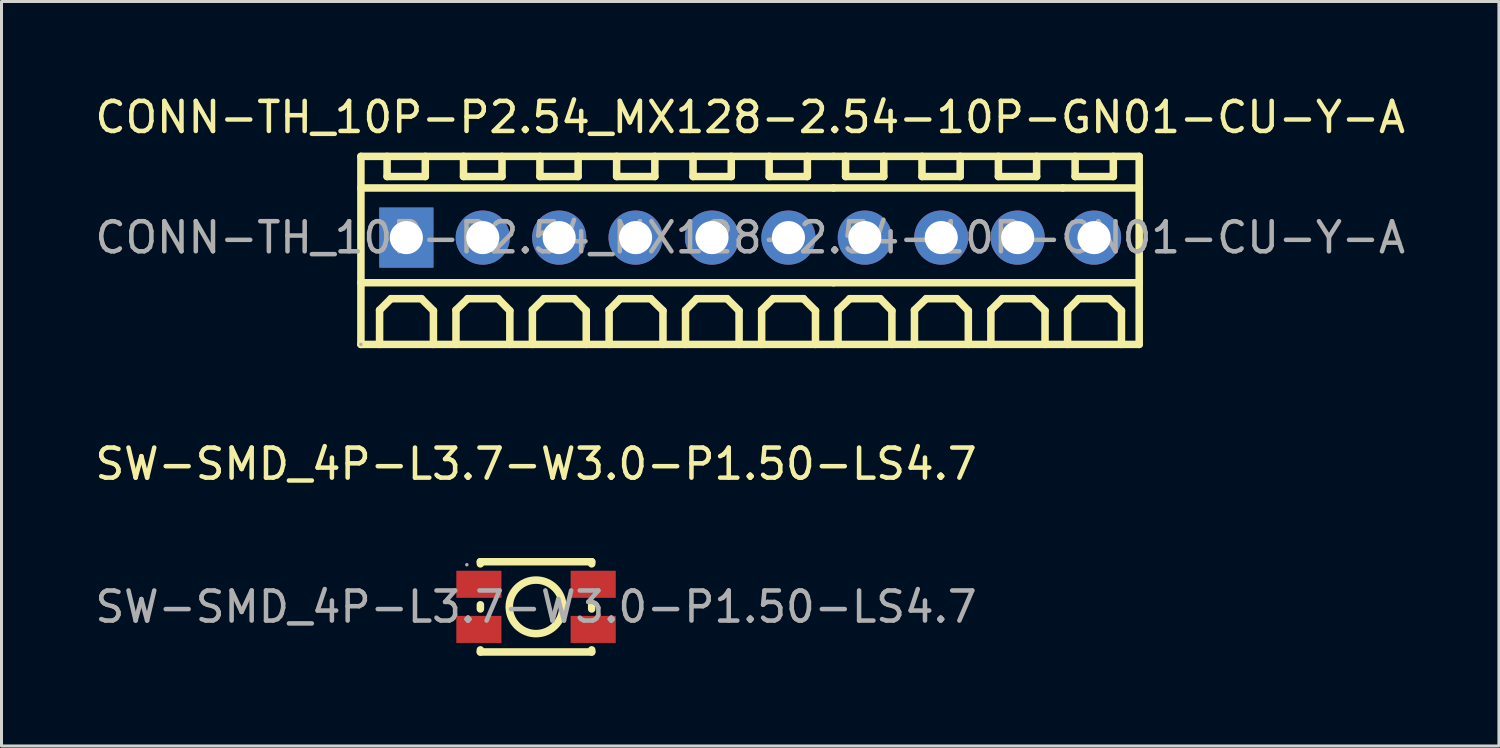
<source format=kicad_pcb>
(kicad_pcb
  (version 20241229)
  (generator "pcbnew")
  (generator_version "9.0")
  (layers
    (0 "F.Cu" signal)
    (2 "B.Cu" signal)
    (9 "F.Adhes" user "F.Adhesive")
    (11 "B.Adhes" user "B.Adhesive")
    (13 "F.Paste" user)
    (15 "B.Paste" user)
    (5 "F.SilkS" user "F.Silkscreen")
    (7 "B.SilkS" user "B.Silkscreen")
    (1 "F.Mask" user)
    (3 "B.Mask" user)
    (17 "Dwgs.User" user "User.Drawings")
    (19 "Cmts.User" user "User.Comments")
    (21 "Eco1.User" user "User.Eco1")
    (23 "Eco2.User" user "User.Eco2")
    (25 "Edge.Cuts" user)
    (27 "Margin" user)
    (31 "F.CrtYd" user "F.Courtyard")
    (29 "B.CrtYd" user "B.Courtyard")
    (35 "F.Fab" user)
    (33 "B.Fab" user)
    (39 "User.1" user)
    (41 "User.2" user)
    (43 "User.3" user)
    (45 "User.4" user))
  (footprint "CONN-TH_10P-P2.54_MX128-2.54-10P-GN01-CU-Y-A"
    (layer "F.Cu")
    (at 21.887 4.848)
    (property "Reference" "CONN-TH_10P-P2.54_MX128-2.54-10P-GN01-CU-Y-A" (at 0 -4 0) (layer "F.SilkS") (effects (font (size 1 1) (thickness 0.15))))
    (attr through_hole)
    (fp_line (start -12.94 -2.7) (end -12.94 3.55) (stroke (width 0.25) (type solid)) (layer "F.SilkS"))
    (fp_line (start -12.94 -2.7) (end 2.77 -2.7) (stroke (width 0.25) (type solid)) (layer "F.SilkS"))
    (fp_line (start -12.94 -1.65) (end 2.77 -1.65) (stroke (width 0.25) (type solid)) (layer "F.SilkS"))
    (fp_line (start -12.94 1.5) (end 2.77 1.5) (stroke (width 0.25) (type solid)) (layer "F.SilkS"))
    (fp_line (start -12.94 3.55) (end 2.77 3.55) (stroke (width 0.25) (type solid)) (layer "F.SilkS"))
    (fp_line (start -12.32 2.41) (end -11.94 2.03) (stroke (width 0.25) (type solid)) (layer "F.SilkS"))
    (fp_line (start -12.32 3.55) (end -12.32 2.41) (stroke (width 0.25) (type solid)) (layer "F.SilkS"))
    (fp_line (start -12.07 -2.7) (end -12.07 -2.03) (stroke (width 0.25) (type solid)) (layer "F.SilkS"))
    (fp_line (start -12.07 -2.03) (end -10.8 -2.03) (stroke (width 0.25) (type solid)) (layer "F.SilkS"))
    (fp_line (start -11.94 2.03) (end -10.93 2.03) (stroke (width 0.25) (type solid)) (layer "F.SilkS"))
    (fp_line (start -10.93 2.03) (end -10.53 2.43) (stroke (width 0.25) (type solid)) (layer "F.SilkS"))
    (fp_line (start -10.8 -2.03) (end -10.8 -2.7) (stroke (width 0.25) (type solid)) (layer "F.SilkS"))
    (fp_line (start -10.53 2.43) (end -10.53 3.55) (stroke (width 0.25) (type solid)) (layer "F.SilkS"))
    (fp_line (start -9.78 2.41) (end -9.39 2.03) (stroke (width 0.25) (type solid)) (layer "F.SilkS"))
    (fp_line (start -9.78 3.55) (end -9.78 2.41) (stroke (width 0.25) (type solid)) (layer "F.SilkS"))
    (fp_line (start -9.53 -2.7) (end -9.53 -2.03) (stroke (width 0.25) (type solid)) (layer "F.SilkS"))
    (fp_line (start -9.53 -2.03) (end -8.25 -2.03) (stroke (width 0.25) (type solid)) (layer "F.SilkS"))
    (fp_line (start -9.39 2.03) (end -8.38 2.03) (stroke (width 0.25) (type solid)) (layer "F.SilkS"))
    (fp_line (start -8.38 2.03) (end -7.99 2.43) (stroke (width 0.25) (type solid)) (layer "F.SilkS"))
    (fp_line (start -8.25 -2.03) (end -8.25 -2.7) (stroke (width 0.25) (type solid)) (layer "F.SilkS"))
    (fp_line (start -7.99 2.43) (end -7.99 3.55) (stroke (width 0.25) (type solid)) (layer "F.SilkS"))
    (fp_line (start -7.24 2.41) (end -6.86 2.03) (stroke (width 0.25) (type solid)) (layer "F.SilkS"))
    (fp_line (start -7.24 3.55) (end -7.24 2.41) (stroke (width 0.25) (type solid)) (layer "F.SilkS"))
    (fp_line (start -6.99 -2.7) (end -6.99 -2.03) (stroke (width 0.25) (type solid)) (layer "F.SilkS"))
    (fp_line (start -6.99 -2.03) (end -5.72 -2.03) (stroke (width 0.25) (type solid)) (layer "F.SilkS"))
    (fp_line (start -6.86 2.03) (end -5.85 2.03) (stroke (width 0.25) (type solid)) (layer "F.SilkS"))
    (fp_line (start -5.85 2.03) (end -5.45 2.43) (stroke (width 0.25) (type solid)) (layer "F.SilkS"))
    (fp_line (start -5.72 -2.03) (end -5.72 -2.7) (stroke (width 0.25) (type solid)) (layer "F.SilkS"))
    (fp_line (start -5.45 2.43) (end -5.45 3.55) (stroke (width 0.25) (type solid)) (layer "F.SilkS"))
    (fp_line (start -4.69 2.41) (end -4.32 2.03) (stroke (width 0.25) (type solid)) (layer "F.SilkS"))
    (fp_line (start -4.69 3.55) (end -4.69 2.41) (stroke (width 0.25) (type solid)) (layer "F.SilkS"))
    (fp_line (start -4.44 -2.7) (end -4.44 -2.03) (stroke (width 0.25) (type solid)) (layer "F.SilkS"))
    (fp_line (start -4.44 -2.03) (end -3.17 -2.03) (stroke (width 0.25) (type solid)) (layer "F.SilkS"))
    (fp_line (start -4.32 2.03) (end -3.31 2.03) (stroke (width 0.25) (type solid)) (layer "F.SilkS"))
    (fp_line (start -3.31 2.03) (end -2.9 2.43) (stroke (width 0.25) (type solid)) (layer "F.SilkS"))
    (fp_line (start -3.17 -2.03) (end -3.17 -2.7) (stroke (width 0.25) (type solid)) (layer "F.SilkS"))
    (fp_line (start -2.9 2.43) (end -2.9 3.55) (stroke (width 0.25) (type solid)) (layer "F.SilkS"))
    (fp_line (start -2.15 2.41) (end -1.78 2.03) (stroke (width 0.25) (type solid)) (layer "F.SilkS"))
    (fp_line (start -2.15 3.55) (end -2.15 2.41) (stroke (width 0.25) (type solid)) (layer "F.SilkS"))
    (fp_line (start -1.9 -2.7) (end -1.9 -2.03) (stroke (width 0.25) (type solid)) (layer "F.SilkS"))
    (fp_line (start -1.9 -2.03) (end -0.63 -2.03) (stroke (width 0.25) (type solid)) (layer "F.SilkS"))
    (fp_line (start -1.78 2.03) (end -0.77 2.03) (stroke (width 0.25) (type solid)) (layer "F.SilkS"))
    (fp_line (start -0.77 2.03) (end -0.37 2.43) (stroke (width 0.25) (type solid)) (layer "F.SilkS"))
    (fp_line (start -0.63 -2.03) (end -0.63 -2.7) (stroke (width 0.25) (type solid)) (layer "F.SilkS"))
    (fp_line (start -0.37 2.43) (end -0.37 3.55) (stroke (width 0.25) (type solid)) (layer "F.SilkS"))
    (fp_line (start 0.38 2.41) (end 0.76 2.03) (stroke (width 0.25) (type solid)) (layer "F.SilkS"))
    (fp_line (start 0.38 3.55) (end 0.38 2.41) (stroke (width 0.25) (type solid)) (layer "F.SilkS"))
    (fp_line (start 0.63 -2.7) (end 0.63 -2.03) (stroke (width 0.25) (type solid)) (layer "F.SilkS"))
    (fp_line (start 0.63 -2.03) (end 1.9 -2.03) (stroke (width 0.25) (type solid)) (layer "F.SilkS"))
    (fp_line (start 0.76 2.03) (end 1.77 2.03) (stroke (width 0.25) (type solid)) (layer "F.SilkS"))
    (fp_line (start 1.77 2.03) (end 2.17 2.43) (stroke (width 0.25) (type solid)) (layer "F.SilkS"))
    (fp_line (start 1.9 -2.03) (end 1.9 -2.7) (stroke (width 0.25) (type solid)) (layer "F.SilkS"))
    (fp_line (start 2.17 2.43) (end 2.17 3.55) (stroke (width 0.25) (type solid)) (layer "F.SilkS"))
    (fp_line (start 2.77 -2.7) (end 12.93 -2.7) (stroke (width 0.25) (type solid)) (layer "F.SilkS"))
    (fp_line (start 2.77 -1.65) (end 10.39 -1.65) (stroke (width 0.25) (type solid)) (layer "F.SilkS"))
    (fp_line (start 2.77 1.5) (end 12.93 1.5) (stroke (width 0.25) (type solid)) (layer "F.SilkS"))
    (fp_line (start 2.77 3.55) (end 12.93 3.55) (stroke (width 0.25) (type solid)) (layer "F.SilkS"))
    (fp_line (start 2.92 2.41) (end 3.31 2.03) (stroke (width 0.25) (type solid)) (layer "F.SilkS"))
    (fp_line (start 2.92 3.55) (end 2.92 2.41) (stroke (width 0.25) (type solid)) (layer "F.SilkS"))
    (fp_line (start 3.17 -2.7) (end 3.17 -2.03) (stroke (width 0.25) (type solid)) (layer "F.SilkS"))
    (fp_line (start 3.17 -2.03) (end 4.44 -2.03) (stroke (width 0.25) (type solid)) (layer "F.SilkS"))
    (fp_line (start 3.31 2.03) (end 4.32 2.03) (stroke (width 0.25) (type solid)) (layer "F.SilkS"))
    (fp_line (start 4.32 2.03) (end 4.71 2.43) (stroke (width 0.25) (type solid)) (layer "F.SilkS"))
    (fp_line (start 4.44 -2.03) (end 4.44 -2.7) (stroke (width 0.25) (type solid)) (layer "F.SilkS"))
    (fp_line (start 4.71 2.43) (end 4.71 3.55) (stroke (width 0.25) (type solid)) (layer "F.SilkS"))
    (fp_line (start 5.46 2.41) (end 5.85 2.03) (stroke (width 0.25) (type solid)) (layer "F.SilkS"))
    (fp_line (start 5.46 3.55) (end 5.46 2.41) (stroke (width 0.25) (type solid)) (layer "F.SilkS"))
    (fp_line (start 5.71 -2.7) (end 5.71 -2.03) (stroke (width 0.25) (type solid)) (layer "F.SilkS"))
    (fp_line (start 5.71 -2.03) (end 6.98 -2.03) (stroke (width 0.25) (type solid)) (layer "F.SilkS"))
    (fp_line (start 5.85 2.03) (end 6.86 2.03) (stroke (width 0.25) (type solid)) (layer "F.SilkS"))
    (fp_line (start 6.86 2.03) (end 7.25 2.43) (stroke (width 0.25) (type solid)) (layer "F.SilkS"))
    (fp_line (start 6.98 -2.03) (end 6.98 -2.7) (stroke (width 0.25) (type solid)) (layer "F.SilkS"))
    (fp_line (start 7.25 2.43) (end 7.25 3.55) (stroke (width 0.25) (type solid)) (layer "F.SilkS"))
    (fp_line (start 8 2.41) (end 8.38 2.03) (stroke (width 0.25) (type solid)) (layer "F.SilkS"))
    (fp_line (start 8 3.55) (end 8 2.41) (stroke (width 0.25) (type solid)) (layer "F.SilkS"))
    (fp_line (start 8.25 -2.7) (end 8.25 -2.03) (stroke (width 0.25) (type solid)) (layer "F.SilkS"))
    (fp_line (start 8.25 -2.03) (end 9.52 -2.03) (stroke (width 0.25) (type solid)) (layer "F.SilkS"))
    (fp_line (start 8.38 2.03) (end 9.39 2.03) (stroke (width 0.25) (type solid)) (layer "F.SilkS"))
    (fp_line (start 9.39 2.03) (end 9.8 2.43) (stroke (width 0.25) (type solid)) (layer "F.SilkS"))
    (fp_line (start 9.52 -2.03) (end 9.52 -2.7) (stroke (width 0.25) (type solid)) (layer "F.SilkS"))
    (fp_line (start 9.8 2.43) (end 9.8 3.55) (stroke (width 0.25) (type solid)) (layer "F.SilkS"))
    (fp_line (start 10.39 -1.65) (end 12.93 -1.65) (stroke (width 0.25) (type solid)) (layer "F.SilkS"))
    (fp_line (start 10.55 2.41) (end 10.92 2.03) (stroke (width 0.25) (type solid)) (layer "F.SilkS"))
    (fp_line (start 10.55 3.55) (end 10.55 2.41) (stroke (width 0.25) (type solid)) (layer "F.SilkS"))
    (fp_line (start 10.8 -2.7) (end 10.8 -2.03) (stroke (width 0.25) (type solid)) (layer "F.SilkS"))
    (fp_line (start 10.8 -2.03) (end 12.07 -2.03) (stroke (width 0.25) (type solid)) (layer "F.SilkS"))
    (fp_line (start 10.92 2.03) (end 11.93 2.03) (stroke (width 0.25) (type solid)) (layer "F.SilkS"))
    (fp_line (start 11.93 2.03) (end 12.34 2.43) (stroke (width 0.25) (type solid)) (layer "F.SilkS"))
    (fp_line (start 12.07 -2.03) (end 12.07 -2.7) (stroke (width 0.25) (type solid)) (layer "F.SilkS"))
    (fp_line (start 12.34 2.43) (end 12.34 3.55) (stroke (width 0.25) (type solid)) (layer "F.SilkS"))
    (fp_line (start 12.93 -2.7) (end 12.93 3.55) (stroke (width 0.25) (type solid)) (layer "F.SilkS"))
    (fp_circle (center -12.94 3.55) (end -12.91 3.55) (stroke (width 0.06) (type solid)) (fill no) (layer "F.Fab"))
    (fp_text user "${REFERENCE}" (at 0 0 0) (layer "F.Fab") (effects (font (size 1 1) (thickness 0.15))))
    (pad "1" thru_hole rect (at -11.43 0) (size 1.8 2) (drill 1.1) (layers "*.Cu" "*.Mask"))
    (pad "2" thru_hole circle (at -8.89 0) (size 1.8 1.8) (drill 1.1) (layers "*.Cu" "*.Mask"))
    (pad "3" thru_hole circle (at -6.35 0) (size 1.8 1.8) (drill 1.1) (layers "*.Cu" "*.Mask"))
    (pad "4" thru_hole circle (at -3.81 0) (size 1.8 1.8) (drill 1.1) (layers "*.Cu" "*.Mask"))
    (pad "5" thru_hole circle (at -1.27 0) (size 1.8 1.8) (drill 1.1) (layers "*.Cu" "*.Mask"))
    (pad "6" thru_hole circle (at 1.27 0) (size 1.8 1.8) (drill 1.1) (layers "*.Cu" "*.Mask"))
    (pad "7" thru_hole circle (at 3.81 0) (size 1.8 1.8) (drill 1.1) (layers "*.Cu" "*.Mask"))
    (pad "8" thru_hole circle (at 6.35 0) (size 1.8 1.8) (drill 1.1) (layers "*.Cu" "*.Mask"))
    (pad "9" thru_hole circle (at 8.89 0) (size 1.8 1.8) (drill 1.1) (layers "*.Cu" "*.Mask"))
    (pad "10" thru_hole circle (at 11.43 0) (size 1.8 1.8) (drill 1.1) (layers "*.Cu" "*.Mask")))
  (footprint "SW-SMD_4P-L3.7-W3.0-P1.50-LS4.7"
    (layer "F.Cu")
    (at 14.768 17.122)
    (property "Reference" "SW-SMD_4P-L3.7-W3.0-P1.50-LS4.7" (at 0 -4.75 0) (layer "F.SilkS") (effects (font (size 1 1) (thickness 0.15))))
    (attr smd)
    (fp_line (start -1.85 -1.5) (end -1.85 -1.43) (stroke (width 0.25) (type solid)) (layer "F.SilkS"))
    (fp_line (start -1.85 -1.5) (end 1.85 -1.5) (stroke (width 0.25) (type solid)) (layer "F.SilkS"))
    (fp_line (start -1.85 -0.07) (end -1.85 0.07) (stroke (width 0.25) (type solid)) (layer "F.SilkS"))
    (fp_line (start -1.85 1.43) (end -1.85 1.5) (stroke (width 0.25) (type solid)) (layer "F.SilkS"))
    (fp_line (start -1.85 1.5) (end 1.85 1.5) (stroke (width 0.25) (type solid)) (layer "F.SilkS"))
    (fp_line (start 1.85 -1.5) (end 1.85 -1.43) (stroke (width 0.25) (type solid)) (layer "F.SilkS"))
    (fp_line (start 1.85 -0.07) (end 1.85 0.07) (stroke (width 0.25) (type solid)) (layer "F.SilkS"))
    (fp_line (start 1.85 1.43) (end 1.85 1.5) (stroke (width 0.25) (type solid)) (layer "F.SilkS"))
    (fp_circle (center 0 0) (end 0.89 0) (stroke (width 0.25) (type solid)) (fill no) (layer "F.SilkS"))
    (fp_circle (center -2.3 -1.4) (end -2.27 -1.4) (stroke (width 0.06) (type solid)) (fill no) (layer "F.Fab"))
    (fp_text user "${REFERENCE}" (at 0 0 0) (layer "F.Fab") (effects (font (size 1 1) (thickness 0.15))))
    (pad "1" smd rect (at -1.9 -0.75) (size 1.5 0.9) (layers "F.Cu" "F.Mask" "F.Paste"))
    (pad "1" smd rect (at 1.9 -0.75) (size 1.5 0.9) (layers "F.Cu" "F.Mask" "F.Paste"))
    (pad "2" smd rect (at -1.9 0.75) (size 1.5 0.9) (layers "F.Cu" "F.Mask" "F.Paste"))
    (pad "2" smd rect (at 1.9 0.75) (size 1.5 0.9) (layers "F.Cu" "F.Mask" "F.Paste")))
  (gr_rect
    (start -3 -3)
    (end 46.774 21.747)
    (stroke (width 0.1) (type default))
    (fill no)
    (layer "Edge.Cuts")))
</source>
